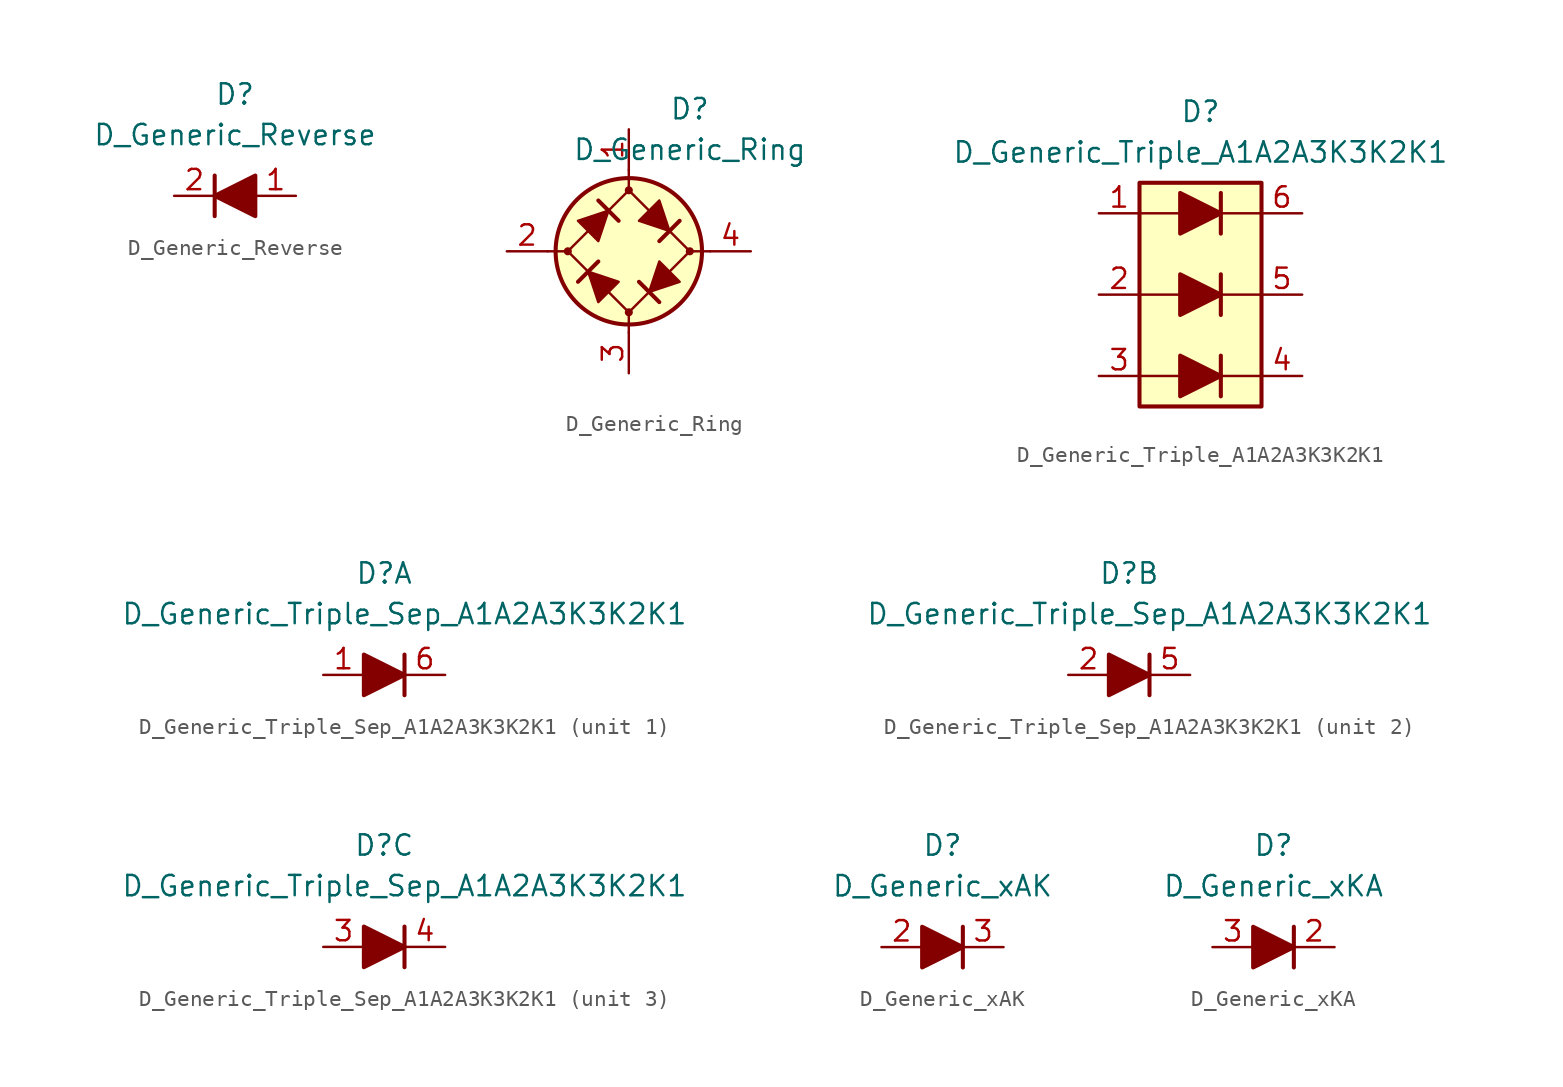
<source format=kicad_sym>
(kicad_symbol_lib
  (version 20211014)
  (generator kicad_symbol_editor)
  (symbol "D_Generic_Reverse"
    (pin_names
      (offset 1.016) hide)
    (property "Reference" "D"
      (at 0 6.35 0)
      (effects (font (size 1.27 1.27))))
    (property "Value" "D_Generic_Reverse"
      (at 0 3.81 0)
      (effects (font (size 1.27 1.27))))
    (symbol "D_Generic_Reverse_0_1"
      (polyline (pts (xy -1.27 1.27) (xy -1.27 -1.27)) (stroke (width 0.254) (type default) (color 0 0 0 0)) (fill (type none)))
      (polyline (pts (xy 1.27 0) (xy -1.27 0)) (stroke (width 0) (type default) (color 0 0 0 0)) (fill (type none)))
      (polyline (pts (xy 1.27 1.27) (xy 1.27 -1.27) (xy -1.27 0) (xy 1.27 1.27)) (stroke (width 0.254) (type default) (color 0 0 0 0)) (fill (type outline))))
    (symbol "D_Generic_Reverse_1_1"
      (pin passive line (at 3.81 0 180) (length 2.54) (name "A" (effects (font (size 1.27 1.27)))) (number "1" (effects (font (size 1.27 1.27)))))
      (pin passive line (at -3.81 0 0) (length 2.54) (name "K" (effects (font (size 1.27 1.27)))) (number "2" (effects (font (size 1.27 1.27)))))))
  (symbol "D_Generic_Ring"
    (pin_names
      (offset 1.016) hide)
    (property "Reference" "D"
      (at 3.81 8.89 0)
      (effects (font (size 1.27 1.27))))
    (property "Value" "D_Generic_Ring"
      (at 3.81 6.35 0)
      (effects (font (size 1.27 1.27))))
    (symbol "D_Generic_Ring_0_1"
      (circle (center -3.81 0) (radius 0.178) (stroke (width 0) (type default) (color 0 0 0 0)) (fill (type outline)))
      (polyline (pts (xy -5.08 0) (xy -3.81 0)) (stroke (width 0) (type default) (color 0 0 0 0)) (fill (type none)))
      (polyline (pts (xy -1.905 -0.635) (xy -3.175 -1.905)) (stroke (width 0.254) (type default) (color 0 0 0 0)) (fill (type none)))
      (polyline (pts (xy -1.905 3.175) (xy -0.635 1.905)) (stroke (width 0.254) (type default) (color 0 0 0 0)) (fill (type none)))
      (polyline (pts (xy 0 -5.08) (xy 0 -3.81)) (stroke (width 0) (type default) (color 0 0 0 0)) (fill (type none)))
      (polyline (pts (xy 0 5.08) (xy 0 3.81)) (stroke (width 0) (type default) (color 0 0 0 0)) (fill (type none)))
      (polyline (pts (xy 0.635 -1.905) (xy 1.905 -3.175)) (stroke (width 0.254) (type default) (color 0 0 0 0)) (fill (type none)))
      (polyline (pts (xy 3.175 1.905) (xy 1.905 0.635)) (stroke (width 0.254) (type default) (color 0 0 0 0)) (fill (type none)))
      (polyline (pts (xy 5.08 0) (xy 3.81 0)) (stroke (width 0) (type default) (color 0 0 0 0)) (fill (type none)))
      (polyline (pts (xy -2.54 -1.27) (xy -1.905 -3.175) (xy -0.635 -1.905) (xy -2.54 -1.27)) (stroke (width 0) (type default) (color 0 0 0 0)) (fill (type outline)))
      (polyline (pts (xy -1.27 2.54) (xy -1.905 0.635) (xy -3.175 1.905) (xy -1.27 2.54)) (stroke (width 0) (type default) (color 0 0 0 0)) (fill (type outline)))
      (polyline (pts (xy 1.27 -2.54) (xy 3.175 -1.905) (xy 1.905 -0.635) (xy 1.27 -2.54)) (stroke (width 0) (type default) (color 0 0 0 0)) (fill (type outline)))
      (polyline (pts (xy 2.54 1.27) (xy 0.635 1.905) (xy 1.905 3.175) (xy 2.54 1.27)) (stroke (width 0) (type default) (color 0 0 0 0)) (fill (type outline)))
      (polyline (pts (xy 0 3.81) (xy -3.81 0) (xy 0 -3.81) (xy 3.81 0) (xy 0 3.81)) (stroke (width 0) (type default) (color 0 0 0 0)) (fill (type none)))
      (circle (center 0 0) (radius 4.572) (stroke (width 0.254) (type default) (color 0 0 0 0)) (fill (type background))))
    (symbol "D_Generic_Ring_1_1"
      (circle (center 0 -3.81) (radius 0.178) (stroke (width 0) (type default) (color 0 0 0 0)) (fill (type outline)))
      (circle (center 0 3.81) (radius 0.178) (stroke (width 0) (type default) (color 0 0 0 0)) (fill (type outline)))
      (circle (center 3.81 0) (radius 0.178) (stroke (width 0) (type default) (color 0 0 0 0)) (fill (type outline)))
      (pin passive line (at 0 7.62 270) (length 2.54) (name "+" (effects (font (size 1.27 1.27)))) (number "1" (effects (font (size 1.27 1.27)))))
      (pin passive line (at -7.62 0 0) (length 2.54) (name "1" (effects (font (size 1.27 1.27)))) (number "2" (effects (font (size 1.27 1.27)))))
      (pin passive line (at 0 -7.62 90) (length 2.54) (name "-" (effects (font (size 1.27 1.27)))) (number "3" (effects (font (size 1.27 1.27)))))
      (pin passive line (at 7.62 0 180) (length 2.54) (name "2" (effects (font (size 1.27 1.27)))) (number "4" (effects (font (size 1.27 1.27)))))))
  (symbol "D_Generic_Triple_A1A2A3K3K2K1"
    (pin_names
      (offset 1.016) hide)
    (property "Reference" "D"
      (at 0 11.43 0)
      (effects (font (size 1.27 1.27))))
    (property "Value" "D_Generic_Triple_A1A2A3K3K2K1"
      (at 0 8.89 0)
      (effects (font (size 1.27 1.27))))
    (symbol "D_Generic_Triple_A1A2A3K3K2K1_0_1"
      (rectangle (start -3.81 6.985) (end 3.81 -6.985) (stroke (width 0.254) (type default) (color 0 0 0 0)) (fill (type background)))
      (polyline (pts (xy -3.81 -5.08) (xy -1.27 -5.08)) (stroke (width 0) (type default) (color 0 0 0 0)) (fill (type none)))
      (polyline (pts (xy -3.81 0) (xy -1.27 0)) (stroke (width 0) (type default) (color 0 0 0 0)) (fill (type none)))
      (polyline (pts (xy -3.81 5.08) (xy -1.27 5.08)) (stroke (width 0) (type default) (color 0 0 0 0)) (fill (type none)))
      (polyline (pts (xy 1.27 -5.08) (xy 3.81 -5.08)) (stroke (width 0) (type default) (color 0 0 0 0)) (fill (type none)))
      (polyline (pts (xy 1.27 -3.81) (xy 1.27 -6.35)) (stroke (width 0.254) (type default) (color 0 0 0 0)) (fill (type none)))
      (polyline (pts (xy 1.27 0) (xy 3.81 0)) (stroke (width 0) (type default) (color 0 0 0 0)) (fill (type none)))
      (polyline (pts (xy 1.27 1.27) (xy 1.27 -1.27)) (stroke (width 0.254) (type default) (color 0 0 0 0)) (fill (type none)))
      (polyline (pts (xy 1.27 5.08) (xy 3.81 5.08)) (stroke (width 0) (type default) (color 0 0 0 0)) (fill (type none)))
      (polyline (pts (xy 1.27 6.35) (xy 1.27 3.81)) (stroke (width 0.254) (type default) (color 0 0 0 0)) (fill (type none))))
    (symbol "D_Generic_Triple_A1A2A3K3K2K1_1_1"
      (polyline (pts (xy -1.27 -5.08) (xy 1.27 -5.08)) (stroke (width 0) (type default) (color 0 0 0 0)) (fill (type none)))
      (polyline (pts (xy -1.27 0) (xy 1.27 0)) (stroke (width 0) (type default) (color 0 0 0 0)) (fill (type none)))
      (polyline (pts (xy -1.27 5.08) (xy 1.27 5.08)) (stroke (width 0) (type default) (color 0 0 0 0)) (fill (type none)))
      (polyline (pts (xy -1.27 -3.81) (xy -1.27 -6.35) (xy 1.27 -5.08) (xy -1.27 -3.81)) (stroke (width 0.254) (type default) (color 0 0 0 0)) (fill (type outline)))
      (polyline (pts (xy -1.27 1.27) (xy -1.27 -1.27) (xy 1.27 0) (xy -1.27 1.27)) (stroke (width 0.254) (type default) (color 0 0 0 0)) (fill (type outline)))
      (polyline (pts (xy -1.27 6.35) (xy -1.27 3.81) (xy 1.27 5.08) (xy -1.27 6.35)) (stroke (width 0.254) (type default) (color 0 0 0 0)) (fill (type outline)))
      (pin passive line (at -6.35 5.08 0) (length 2.54) (name "A1" (effects (font (size 1.27 1.27)))) (number "1" (effects (font (size 1.27 1.27)))))
      (pin passive line (at -6.35 0 0) (length 2.54) (name "A2" (effects (font (size 1.27 1.27)))) (number "2" (effects (font (size 1.27 1.27)))))
      (pin passive line (at -6.35 -5.08 0) (length 2.54) (name "A3" (effects (font (size 1.27 1.27)))) (number "3" (effects (font (size 1.27 1.27)))))
      (pin passive line (at 6.35 -5.08 180) (length 2.54) (name "K3" (effects (font (size 1.27 1.27)))) (number "4" (effects (font (size 1.27 1.27)))))
      (pin passive line (at 6.35 0 180) (length 2.54) (name "K2" (effects (font (size 1.27 1.27)))) (number "5" (effects (font (size 1.27 1.27)))))
      (pin passive line (at 6.35 5.08 180) (length 2.54) (name "K1" (effects (font (size 1.27 1.27)))) (number "6" (effects (font (size 1.27 1.27)))))))
  (symbol "D_Generic_Triple_Sep_A1A2A3K3K2K1"
    (pin_names
      (offset 1.016) hide)
    (property "Reference" "D"
      (at 0 6.35 0)
      (effects (font (size 1.27 1.27))))
    (property "Value" "D_Generic_Triple_Sep_A1A2A3K3K2K1"
      (at 1.27 3.81 0)
      (effects (font (size 1.27 1.27))))
    (symbol "D_Generic_Triple_Sep_A1A2A3K3K2K1_0_1"
      (polyline (pts (xy 1.27 1.27) (xy 1.27 -1.27)) (stroke (width 0.254) (type default) (color 0 0 0 0)) (fill (type none))))
    (symbol "D_Generic_Triple_Sep_A1A2A3K3K2K1_1_1"
      (polyline (pts (xy -1.27 0) (xy 1.27 0)) (stroke (width 0) (type default) (color 0 0 0 0)) (fill (type none)))
      (polyline (pts (xy -1.27 1.27) (xy -1.27 -1.27) (xy 1.27 0) (xy -1.27 1.27)) (stroke (width 0.254) (type default) (color 0 0 0 0)) (fill (type outline)))
      (pin passive line (at -3.81 0 0) (length 2.54) (name "A3" (effects (font (size 1.27 1.27)))) (number "1" (effects (font (size 1.27 1.27)))))
      (pin passive line (at 3.81 0 180) (length 2.54) (name "K3" (effects (font (size 1.27 1.27)))) (number "6" (effects (font (size 1.27 1.27))))))
    (symbol "D_Generic_Triple_Sep_A1A2A3K3K2K1_2_1"
      (polyline (pts (xy -1.27 0) (xy 1.27 0)) (stroke (width 0) (type default) (color 0 0 0 0)) (fill (type none)))
      (polyline (pts (xy -1.27 1.27) (xy -1.27 -1.27) (xy 1.27 0) (xy -1.27 1.27)) (stroke (width 0.254) (type default) (color 0 0 0 0)) (fill (type outline)))
      (pin passive line (at -3.81 0 0) (length 2.54) (name "A2" (effects (font (size 1.27 1.27)))) (number "2" (effects (font (size 1.27 1.27)))))
      (pin passive line (at 3.81 0 180) (length 2.54) (name "K2" (effects (font (size 1.27 1.27)))) (number "5" (effects (font (size 1.27 1.27))))))
    (symbol "D_Generic_Triple_Sep_A1A2A3K3K2K1_3_1"
      (polyline (pts (xy -1.27 0) (xy 1.27 0)) (stroke (width 0) (type default) (color 0 0 0 0)) (fill (type none)))
      (polyline (pts (xy -1.27 1.27) (xy -1.27 -1.27) (xy 1.27 0) (xy -1.27 1.27)) (stroke (width 0.254) (type default) (color 0 0 0 0)) (fill (type outline)))
      (pin passive line (at -3.81 0 0) (length 2.54) (name "A3" (effects (font (size 1.27 1.27)))) (number "3" (effects (font (size 1.27 1.27)))))
      (pin passive line (at 3.81 0 180) (length 2.54) (name "K3" (effects (font (size 1.27 1.27)))) (number "4" (effects (font (size 1.27 1.27)))))))
  (symbol "D_Generic_xAK"
    (pin_names
      (offset 1.016) hide)
    (property "Reference" "D"
      (at 0 6.35 0)
      (effects (font (size 1.27 1.27))))
    (property "Value" "D_Generic_xAK"
      (at 0 3.81 0)
      (effects (font (size 1.27 1.27))))
    (symbol "D_Generic_xAK_0_1"
      (polyline (pts (xy -1.27 0) (xy 1.27 0)) (stroke (width 0) (type default) (color 0 0 0 0)) (fill (type none)))
      (polyline (pts (xy 1.27 1.27) (xy 1.27 -1.27)) (stroke (width 0.254) (type default) (color 0 0 0 0)) (fill (type none)))
      (polyline (pts (xy -1.27 1.27) (xy -1.27 -1.27) (xy 1.27 0) (xy -1.27 1.27)) (stroke (width 0.254) (type default) (color 0 0 0 0)) (fill (type outline))))
    (symbol "D_Generic_xAK_1_1"
      (pin no_connect line (at 0 0 0) (length 2.54) hide (name "NC" (effects (font (size 1.27 1.27)))) (number "1" (effects (font (size 1.27 1.27)))))
      (pin passive line (at -3.81 0 0) (length 2.54) (name "A" (effects (font (size 1.27 1.27)))) (number "2" (effects (font (size 1.27 1.27)))))
      (pin passive line (at 3.81 0 180) (length 2.54) (name "K" (effects (font (size 1.27 1.27)))) (number "3" (effects (font (size 1.27 1.27)))))))
  (symbol "D_Generic_xKA"
    (pin_names
      (offset 1.016) hide)
    (property "Reference" "D"
      (at 0 6.35 0)
      (effects (font (size 1.27 1.27))))
    (property "Value" "D_Generic_xKA"
      (at 0 3.81 0)
      (effects (font (size 1.27 1.27))))
    (symbol "D_Generic_xKA_0_1"
      (polyline (pts (xy -1.27 0) (xy 1.27 0)) (stroke (width 0) (type default) (color 0 0 0 0)) (fill (type none)))
      (polyline (pts (xy 1.27 1.27) (xy 1.27 -1.27)) (stroke (width 0.254) (type default) (color 0 0 0 0)) (fill (type none)))
      (polyline (pts (xy -1.27 1.27) (xy -1.27 -1.27) (xy 1.27 0) (xy -1.27 1.27)) (stroke (width 0.254) (type default) (color 0 0 0 0)) (fill (type outline))))
    (symbol "D_Generic_xKA_1_1"
      (pin no_connect line (at 0 0 0) (length 2.54) hide (name "NC" (effects (font (size 1.27 1.27)))) (number "1" (effects (font (size 1.27 1.27)))))
      (pin passive line (at 3.81 0 180) (length 2.54) (name "K" (effects (font (size 1.27 1.27)))) (number "2" (effects (font (size 1.27 1.27)))))
      (pin passive line (at -3.81 0 0) (length 2.54) (name "A" (effects (font (size 1.27 1.27)))) (number "3" (effects (font (size 1.27 1.27))))))))
</source>
